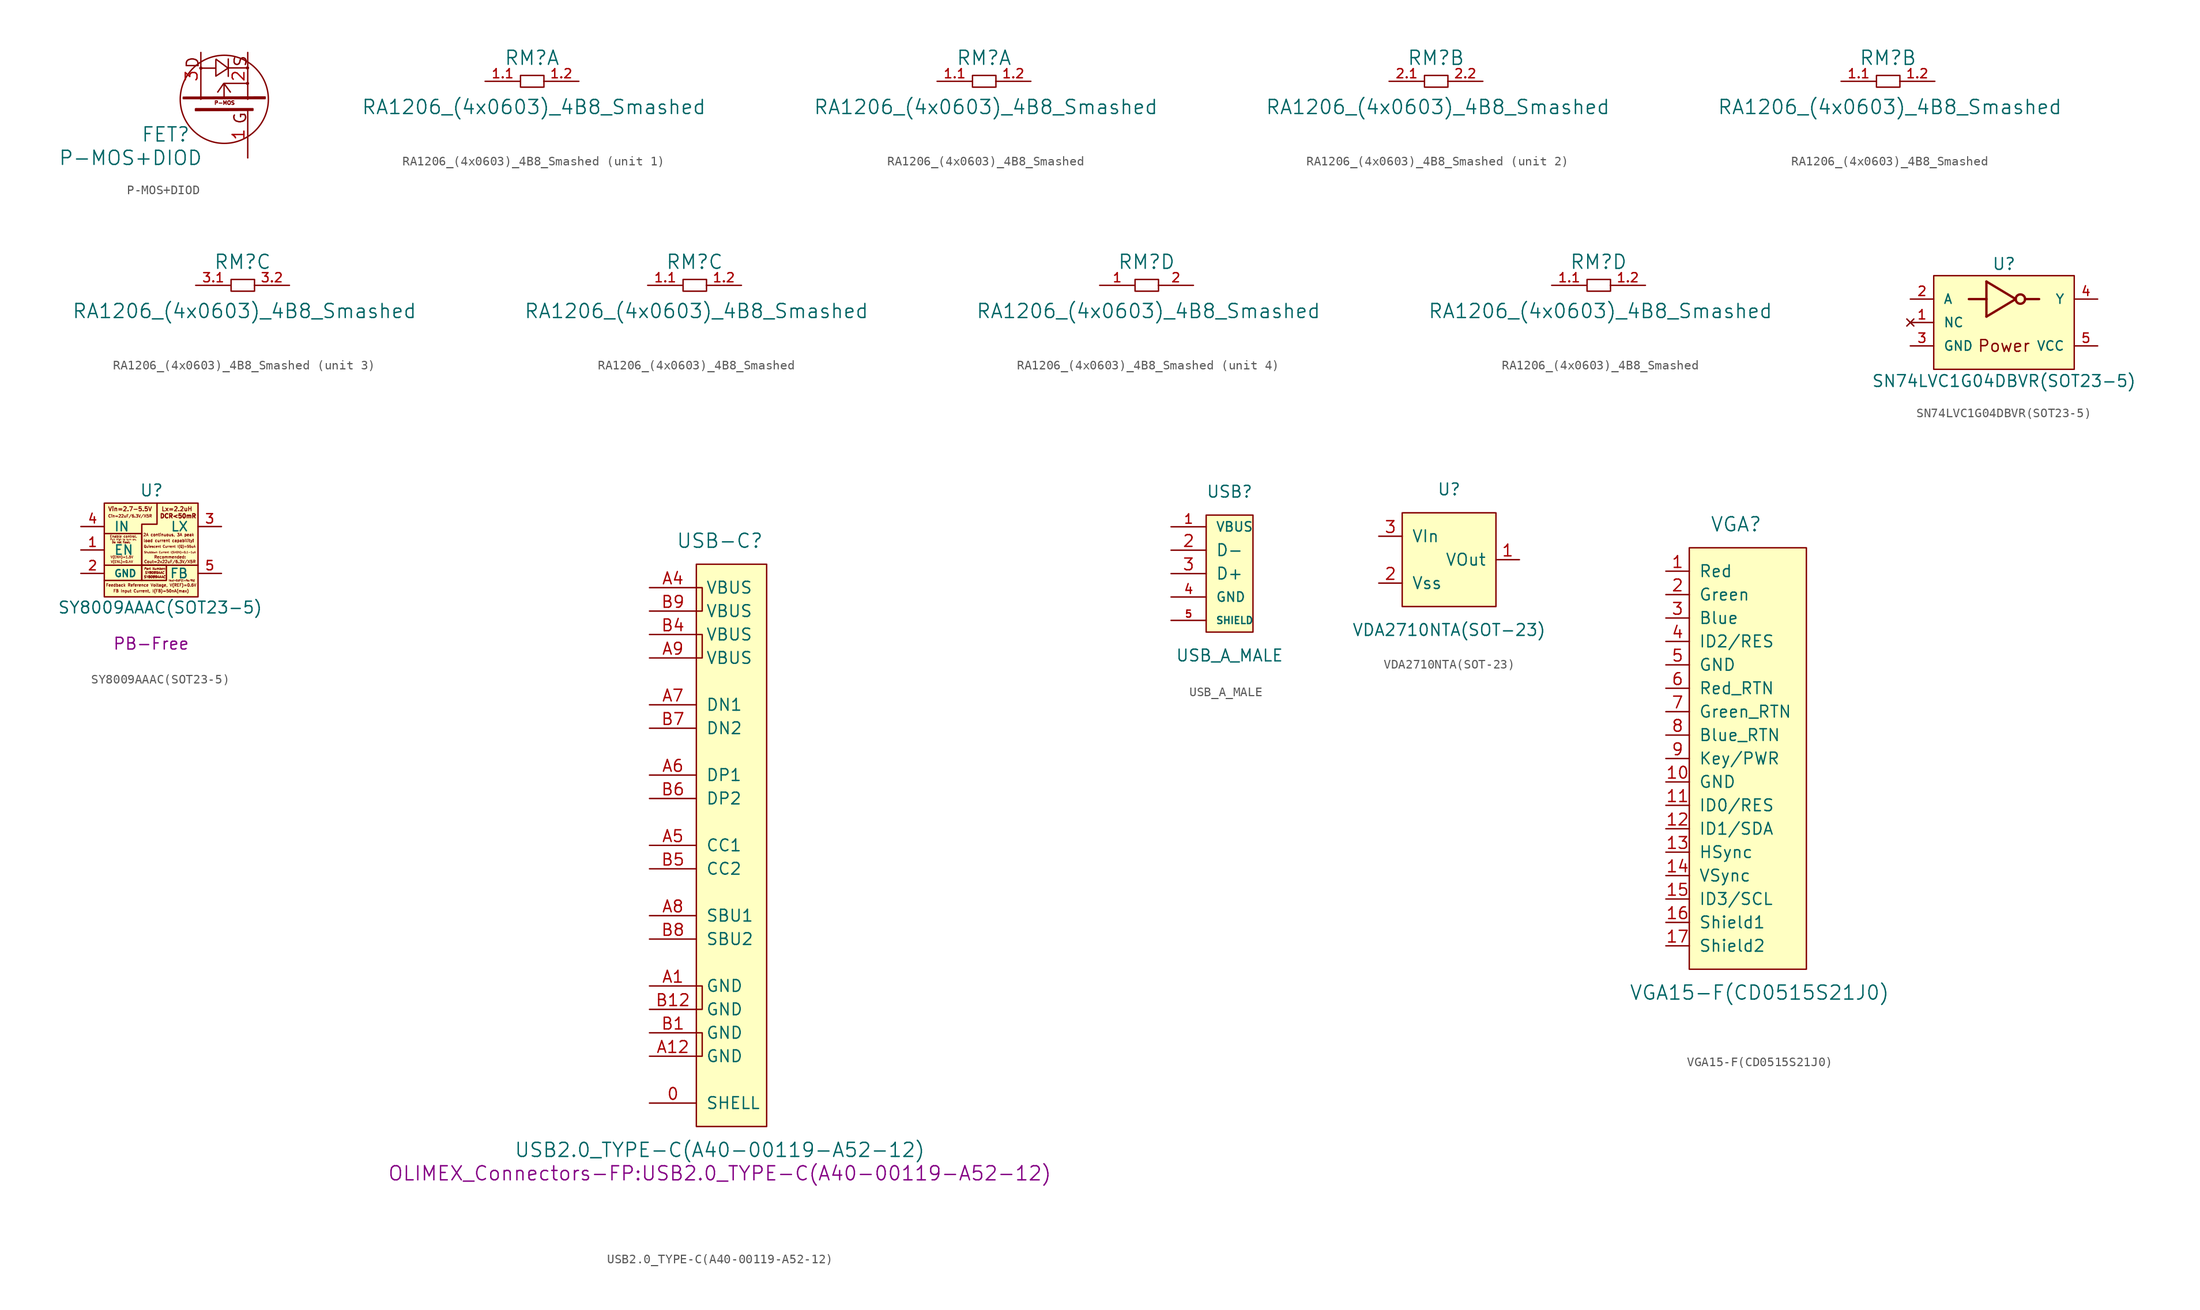
<source format=kicad_sym>
(kicad_symbol_lib
  (version 20241209)
  (generator "kicad_symbol_editor")
  (generator_version "9.0")
  (symbol "P-MOS+DIOD"
    (pin_names
      (offset 1.016))
    (property "Reference" "FET"
      (at -6.35 -3.81 0)
      (effects (font (size 1.524 1.524))))
    (property "Value" "P-MOS+DIOD"
      (at -10.16 -6.35 0)
      (effects (font (size 1.524 1.524))))
    (property "Footprint" ""
      (at 0 0 0)
      (effects (font (size 1.524 1.524))))
    (property "Datasheet" ""
      (at 0 0 0)
      (effects (font (size 1.524 1.524))))
    (symbol "P-MOS+DIOD_0_0"
      (polyline (pts (xy -4.445 0.229) (xy 4.42 0.254) (xy 4.42 0.076) (xy -4.42 0.076) (xy -4.445 0.076) (xy -4.445 0.152) (xy 4.293 0.152)) (stroke (width 0) (type solid)) (fill (type none)))
      (polyline (pts (xy -3.099 -1.016) (xy 3.099 -1.016) (xy 3.099 -1.194) (xy -3.073 -1.219) (xy -3.124 -1.219) (xy -3.124 -1.041) (xy -3.048 -1.143) (xy 2.997 -1.118)) (stroke (width 0) (type solid)) (fill (type none)))
      (circle (center -2.54 3.378) (radius 0.102) (stroke (width 0) (type solid)) (fill (type none)))
      (polyline (pts (xy -2.515 3.378) (xy -0.914 3.378) (xy -0.914 4.293) (xy -0.914 2.515) (xy 0.406 3.378) (xy -0.889 4.343)) (stroke (width 0) (type solid)) (fill (type none)))
      (polyline (pts (xy -0.076 1.702) (xy -0.711 0.787) (xy -0.686 0.838)) (stroke (width 0) (type solid)) (fill (type none)))
      (polyline (pts (xy -0.025 1.702) (xy 0.66 0.787)) (stroke (width 0) (type solid)) (fill (type none)))
      (polyline (pts (xy -0.025 0.254) (xy -0.025 1.727) (xy 2.515 1.727)) (stroke (width 0) (type solid)) (fill (type none)))
      (circle (center 0 0) (radius 4.775) (stroke (width 0) (type solid)) (fill (type none)))
      (polyline (pts (xy 0.432 4.369) (xy 0.432 2.489)) (stroke (width 0) (type solid)) (fill (type none)))
      (polyline (pts (xy 0.457 3.404) (xy 2.489 3.404)) (stroke (width 0) (type solid)) (fill (type none)))
      (circle (center 2.515 3.404) (radius 0.102) (stroke (width 0) (type solid)) (fill (type none)))
      (circle (center 2.515 1.727) (radius 0.102) (stroke (width 0) (type solid)) (fill (type none)))
      (text "D" (at -3.429 3.988 900) (effects (font (size 1.27 1.27))))
      (text "P-MOS" (at 0.025 -0.381 0) (effects (font (size 0.406 0.406))))
      (text "G" (at 1.727 -2.032 900) (effects (font (size 1.27 1.27))))
      (text "S" (at 1.753 4.14 900) (effects (font (size 1.27 1.27)))))
    (symbol "P-MOS+DIOD_1_1"
      (pin passive line (at -2.54 5.08 270) (length 5.08) (name "~" (effects (font (size 1.27 1.27)))) (number "3" (effects (font (size 1.27 1.27)))))
      (pin passive line (at 2.54 5.08 270) (length 5.08) (name "~" (effects (font (size 1.27 1.27)))) (number "2" (effects (font (size 1.27 1.27)))))
      (pin input line (at 2.54 -6.35 90) (length 5.08) (name "~" (effects (font (size 1.27 1.27)))) (number "1" (effects (font (size 1.27 1.27)))))))
  (symbol "RA1206_(4x0603)_4B8_Smashed"
    (pin_names
      (offset 1.016))
    (property "Reference" "RM"
      (at 0 6.35 0)
      (effects (font (size 1.524 1.524))))
    (property "Value" "RA1206_(4x0603)_4B8_Smashed"
      (at 0.203 1.016 0)
      (effects (font (size 1.524 1.524))))
    (property "Footprint" ""
      (at 1.27 -2.54 0)
      (effects (font (size 1.524 1.524))))
    (property "Datasheet" ""
      (at 1.27 -2.54 0)
      (effects (font (size 1.524 1.524))))
    (symbol "RA1206_(4x0603)_4B8_Smashed_0_0"
      (rectangle (start -1.245 4.445) (end 1.295 3.175) (stroke (width 0) (type solid)) (fill (type none))))
    (symbol "RA1206_(4x0603)_4B8_Smashed_1_1"
      (pin passive line (at -5.08 3.81 0) (length 3.81) (name "~" (effects (font (size 0.991 0.991)))) (number "1.1" (effects (font (size 0.991 0.991)))))
      (pin passive line (at 5.08 3.81 180) (length 3.81) (name "~" (effects (font (size 0.991 0.991)))) (number "1.2" (effects (font (size 0.991 0.991))))))
    (symbol "RA1206_(4x0603)_4B8_Smashed_1_2"
      (pin passive line (at -5.08 3.81 0) (length 3.81) (name "~" (effects (font (size 0.991 0.991)))) (number "1.1" (effects (font (size 0.991 0.991)))))
      (pin passive line (at 5.08 3.81 180) (length 3.81) (name "~" (effects (font (size 0.991 0.991)))) (number "1.2" (effects (font (size 0.991 0.991))))))
    (symbol "RA1206_(4x0603)_4B8_Smashed_2_1"
      (pin passive line (at -5.08 3.81 0) (length 3.81) (name "~" (effects (font (size 0.991 0.991)))) (number "2.1" (effects (font (size 0.991 0.991)))))
      (pin passive line (at 5.08 3.81 180) (length 3.81) (name "~" (effects (font (size 0.991 0.991)))) (number "2.2" (effects (font (size 0.991 0.991))))))
    (symbol "RA1206_(4x0603)_4B8_Smashed_2_2"
      (pin passive line (at -5.08 3.81 0) (length 3.81) (name "~" (effects (font (size 0.991 0.991)))) (number "1.1" (effects (font (size 0.991 0.991)))))
      (pin passive line (at 5.08 3.81 180) (length 3.81) (name "~" (effects (font (size 0.991 0.991)))) (number "1.2" (effects (font (size 0.991 0.991))))))
    (symbol "RA1206_(4x0603)_4B8_Smashed_3_1"
      (pin passive line (at -5.08 3.81 0) (length 3.81) (name "~" (effects (font (size 0.991 0.991)))) (number "3.1" (effects (font (size 0.991 0.991)))))
      (pin passive line (at 5.08 3.81 180) (length 3.81) (name "~" (effects (font (size 0.991 0.991)))) (number "3.2" (effects (font (size 0.991 0.991))))))
    (symbol "RA1206_(4x0603)_4B8_Smashed_3_2"
      (pin passive line (at -5.08 3.81 0) (length 3.81) (name "~" (effects (font (size 0.991 0.991)))) (number "1.1" (effects (font (size 0.991 0.991)))))
      (pin passive line (at 5.08 3.81 180) (length 3.81) (name "~" (effects (font (size 0.991 0.991)))) (number "1.2" (effects (font (size 0.991 0.991))))))
    (symbol "RA1206_(4x0603)_4B8_Smashed_4_1"
      (pin passive line (at -5.08 3.81 0) (length 3.81) (name "~" (effects (font (size 0.991 0.991)))) (number "1" (effects (font (size 0.991 0.991)))))
      (pin passive line (at 5.08 3.81 180) (length 3.81) (name "~" (effects (font (size 0.991 0.991)))) (number "2" (effects (font (size 0.991 0.991))))))
    (symbol "RA1206_(4x0603)_4B8_Smashed_4_2"
      (pin passive line (at -5.08 3.81 0) (length 3.81) (name "~" (effects (font (size 0.991 0.991)))) (number "1.1" (effects (font (size 0.991 0.991)))))
      (pin passive line (at 5.08 3.81 180) (length 3.81) (name "~" (effects (font (size 0.991 0.991)))) (number "1.2" (effects (font (size 0.991 0.991)))))))
  (symbol "SN74LVC1G04DBVR(SOT23-5)"
    (pin_names
      (offset 1.016))
    (property "Reference" "U"
      (at 0 6.35 0)
      (effects (font (size 1.27 1.27))))
    (property "Value" "SN74LVC1G04DBVR(SOT23-5)"
      (at 0 -6.35 0)
      (effects (font (size 1.27 1.27))))
    (symbol "SN74LVC1G04DBVR(SOT23-5)_0_1"
      (circle (center 1.778 2.54) (radius 0.508) (stroke (width 0.254) (type solid)) (fill (type none))))
    (symbol "SN74LVC1G04DBVR(SOT23-5)_1_1"
      (rectangle (start -7.62 5.08) (end 7.62 -5.08) (stroke (width 0) (type solid)) (fill (type background)))
      (polyline (pts (xy -1.905 4.445) (xy -1.905 2.54)) (stroke (width 0.254) (type solid)) (fill (type none)))
      (polyline (pts (xy -1.905 4.445) (xy 1.27 2.54)) (stroke (width 0.254) (type solid)) (fill (type none)))
      (polyline (pts (xy -1.905 2.54) (xy -3.81 2.54)) (stroke (width 0.254) (type solid)) (fill (type none)))
      (polyline (pts (xy -1.905 2.54) (xy -1.905 0.635)) (stroke (width 0.254) (type solid)) (fill (type none)))
      (polyline (pts (xy -1.905 0.635) (xy 1.27 2.54)) (stroke (width 0.254) (type solid)) (fill (type none)))
      (polyline (pts (xy 2.286 2.54) (xy 3.81 2.54)) (stroke (width 0.254) (type solid)) (fill (type none)))
      (text "Power" (at 0 -2.54 0) (effects (font (size 1.27 1.27))))
      (pin input line (at -10.16 2.54 0) (length 2.54) (name "A" (effects (font (size 1.016 1.016)))) (number "2" (effects (font (size 1.016 1.016)))))
      (pin no_connect line (at -10.16 0 0) (length 2.54) (name "NC" (effects (font (size 1.016 1.016)))) (number "1" (effects (font (size 1.016 1.016)))))
      (pin power_in line (at -10.16 -2.54 0) (length 2.54) (name "GND" (effects (font (size 1.016 1.016)))) (number "3" (effects (font (size 1.016 1.016)))))
      (pin output line (at 10.16 2.54 180) (length 2.54) (name "Y" (effects (font (size 1.016 1.016)))) (number "4" (effects (font (size 1.016 1.016)))))
      (pin power_in line (at 10.16 -2.54 180) (length 2.54) (name "VCC" (effects (font (size 1.016 1.016)))) (number "5" (effects (font (size 1.016 1.016)))))))
  (symbol "SY8009AAAC(SOT23-5)"
    (pin_names
      (offset 1.016))
    (property "Reference" "U"
      (at -1.27 5.715 0)
      (effects (font (size 1.27 1.27)) (justify left bottom)))
    (property "Value" "SY8009AAAC(SOT23-5)"
      (at -10.16 -6.985 0)
      (effects (font (size 1.27 1.27)) (justify left bottom)))
    (property "Datasheet" ""
      (at 0.762 1.016 0)
      (effects (font (size 1.524 1.524))))
    (property "Note" "PB-Free"
      (at 0 -10.16 0)
      (effects (font (size 1.27 1.27))))
    (symbol "SY8009AAAC(SOT23-5)_0_0"
      (polyline (pts (xy -5.08 1.778) (xy -1.016 1.778) (xy -1.016 0.254) (xy -1.016 -1.651) (xy -5.08 -1.651)) (stroke (width 0) (type solid)) (fill (type none)))
      (rectangle (start -1.016 -1.651) (end 1.651 -3.302) (stroke (width 0) (type solid)) (fill (type none)))
      (polyline (pts (xy -1.016 -1.651) (xy -1.016 -3.302) (xy -5.08 -3.302)) (stroke (width 0) (type solid)) (fill (type none)))
      (polyline (pts (xy 0.635 5.08) (xy 0.635 4.191) (xy 0.635 2.794) (xy -1.016 2.794) (xy -1.016 1.016) (xy -1.016 -1.651) (xy 5.08 -1.651)) (stroke (width 0) (type solid)) (fill (type none)))
      (text "Do not float." (at -3.251 0.838 0) (effects (font (size 0.203 0.203))))
      (text "V(ENH)=1.5V" (at -3.175 -0.762 0) (effects (font (size 0.254 0.254) (bold yes))))
      (text "V(ENL)=0.4V" (at -3.175 -1.27 0) (effects (font (size 0.254 0.254) (bold yes))))
      (text "Pull high to turn on." (at -3.023 1.143 0) (effects (font (size 0.178 0.178) (bold yes))))
      (text "Enable control." (at -2.997 1.473 0) (effects (font (size 0.254 0.254) (bold yes))))
      (text "Vin=2.7-5.5V" (at -2.286 4.445 0) (effects (font (size 0.457 0.457) (bold yes))))
      (text "Cin=22uF/6.3V/X5R" (at -2.286 3.683 0) (effects (font (size 0.305 0.305) (bold yes))))
      (text "Feedback Reference Voltage, V(REF)=0.6V" (at 0 -3.81 0) (effects (font (size 0.305 0.305) (bold yes))))
      (text "FB Input Current, I(FB)=50nA(max)" (at 0 -4.445 0) (effects (font (size 0.305 0.305) (bold yes))))
      (text "Part Number:" (at 0.381 -2.032 0) (effects (font (size 0.229 0.229) (italic yes))))
      (text "SY8089AAC" (at 0.381 -2.464 0) (effects (font (size 0.254 0.254) (italic yes))))
      (text "SY8089AAAC" (at 0.381 -2.921 0) (effects (font (size 0.254 0.254) (italic yes))))
      (text "2A continuous, 3A peak" (at 1.905 1.651 0) (effects (font (size 0.305 0.305) (bold yes))))
      (text "load current capability!" (at 1.905 1.016 0) (effects (font (size 0.305 0.305) (bold yes))))
      (text "Quiescent Current I(Q)=55uA" (at 2.007 0.381 0) (effects (font (size 0.254 0.254) (bold yes))))
      (text "Shutdown Current I(SHDN)=0.1-1uA" (at 2.032 -0.254 0) (effects (font (size 0.203 0.203) (bold yes))))
      (text "Recommended:" (at 2.032 -0.762 0) (effects (font (size 0.305 0.305) (bold yes))))
      (text "Cout=2x22uF/6.3V/X5R" (at 2.032 -1.27 0) (effects (font (size 0.305 0.305) (bold yes))))
      (text "Lx=2.2uH" (at 2.794 4.445 0) (effects (font (size 0.457 0.457) (bold yes))))
      (text "DCR<50mR" (at 2.921 3.683 0) (effects (font (size 0.457 0.457))))
      (text "Vout=0.6*(1+Ra/Rb)" (at 3.302 -3.302 0) (effects (font (size 0.178 0.178) (italic yes)))))
    (symbol "SY8009AAAC(SOT23-5)_0_1"
      (rectangle (start -5.08 5.08) (end 5.08 -5.08) (stroke (width 0) (type solid)) (fill (type background))))
    (symbol "SY8009AAAC(SOT23-5)_1_1"
      (pin input line (at -7.62 2.54 0) (length 2.54) (name "IN" (effects (font (size 1.016 1.016)))) (number "4" (effects (font (size 1.016 1.016)))))
      (pin input line (at -7.62 0 0) (length 2.54) (name "EN" (effects (font (size 1.016 1.016)))) (number "1" (effects (font (size 1.016 1.016)))))
      (pin power_in line (at -7.62 -2.54 0) (length 2.54) (name "GND" (effects (font (size 0.762 0.762)))) (number "2" (effects (font (size 1.016 1.016)))))
      (pin output line (at 7.62 2.54 180) (length 2.54) (name "LX" (effects (font (size 1.016 1.016)))) (number "3" (effects (font (size 1.016 1.016)))))
      (pin input line (at 7.62 -2.54 180) (length 2.54) (name "FB" (effects (font (size 1.016 1.016)))) (number "5" (effects (font (size 1.016 1.016)))))))
  (symbol "USB2.0_TYPE-C(A40-00119-A52-12)"
    (pin_names
      (offset 1.016))
    (property "Reference" "USB-C"
      (at 0 33.02 0)
      (effects (font (size 1.524 1.524))))
    (property "Value" "USB2.0_TYPE-C(A40-00119-A52-12)"
      (at 0 -33.02 0)
      (effects (font (size 1.524 1.524))))
    (property "Footprint" "OLIMEX_Connectors-FP:USB2.0_TYPE-C(A40-00119-A52-12)"
      (at 0 -35.56 0)
      (effects (font (size 1.524 1.524))))
    (property "Datasheet" ""
      (at 2.54 0 0)
      (effects (font (size 1.524 1.524))))
    (symbol "USB2.0_TYPE-C(A40-00119-A52-12)_0_1"
      (rectangle (start -2.54 30.48) (end 5.08 -30.48) (stroke (width 0) (type solid)) (fill (type background)))
      (polyline (pts (xy -2.54 27.94) (xy -1.905 27.94) (xy -1.905 25.4) (xy -2.54 25.4)) (stroke (width 0) (type solid)) (fill (type none)))
      (polyline (pts (xy -2.54 22.86) (xy -1.905 22.86) (xy -1.905 20.32) (xy -2.54 20.32)) (stroke (width 0) (type solid)) (fill (type none)))
      (polyline (pts (xy -2.54 -15.24) (xy -1.905 -15.24) (xy -1.905 -17.78) (xy -2.54 -17.78)) (stroke (width 0) (type solid)) (fill (type none)))
      (polyline (pts (xy -2.54 -20.32) (xy -1.905 -20.32) (xy -1.905 -22.86) (xy -2.54 -22.86)) (stroke (width 0) (type solid)) (fill (type none))))
    (symbol "USB2.0_TYPE-C(A40-00119-A52-12)_1_1"
      (pin power_in line (at -7.62 27.94 0) (length 5.08) (name "VBUS" (effects (font (size 1.27 1.27)))) (number "A4" (effects (font (size 1.27 1.27)))))
      (pin power_in line (at -7.62 25.4 0) (length 5.08) (name "VBUS" (effects (font (size 1.27 1.27)))) (number "B9" (effects (font (size 1.27 1.27)))))
      (pin power_in line (at -7.62 22.86 0) (length 5.08) (name "VBUS" (effects (font (size 1.27 1.27)))) (number "B4" (effects (font (size 1.27 1.27)))))
      (pin power_in line (at -7.62 20.32 0) (length 5.08) (name "VBUS" (effects (font (size 1.27 1.27)))) (number "A9" (effects (font (size 1.27 1.27)))))
      (pin bidirectional line (at -7.62 15.24 0) (length 5.08) (name "DN1" (effects (font (size 1.27 1.27)))) (number "A7" (effects (font (size 1.27 1.27)))))
      (pin bidirectional line (at -7.62 12.7 0) (length 5.08) (name "DN2" (effects (font (size 1.27 1.27)))) (number "B7" (effects (font (size 1.27 1.27)))))
      (pin bidirectional line (at -7.62 7.62 0) (length 5.08) (name "DP1" (effects (font (size 1.27 1.27)))) (number "A6" (effects (font (size 1.27 1.27)))))
      (pin bidirectional line (at -7.62 5.08 0) (length 5.08) (name "DP2" (effects (font (size 1.27 1.27)))) (number "B6" (effects (font (size 1.27 1.27)))))
      (pin input line (at -7.62 0 0) (length 5.08) (name "CC1" (effects (font (size 1.27 1.27)))) (number "A5" (effects (font (size 1.27 1.27)))))
      (pin input line (at -7.62 -2.54 0) (length 5.08) (name "CC2" (effects (font (size 1.27 1.27)))) (number "B5" (effects (font (size 1.27 1.27)))))
      (pin bidirectional line (at -7.62 -7.62 0) (length 5.08) (name "SBU1" (effects (font (size 1.27 1.27)))) (number "A8" (effects (font (size 1.27 1.27)))))
      (pin bidirectional line (at -7.62 -10.16 0) (length 5.08) (name "SBU2" (effects (font (size 1.27 1.27)))) (number "B8" (effects (font (size 1.27 1.27)))))
      (pin power_in line (at -7.62 -15.24 0) (length 5.08) (name "GND" (effects (font (size 1.27 1.27)))) (number "A1" (effects (font (size 1.27 1.27)))))
      (pin power_in line (at -7.62 -17.78 0) (length 5.08) (name "GND" (effects (font (size 1.27 1.27)))) (number "B12" (effects (font (size 1.27 1.27)))))
      (pin power_in line (at -7.62 -20.32 0) (length 5.08) (name "GND" (effects (font (size 1.27 1.27)))) (number "B1" (effects (font (size 1.27 1.27)))))
      (pin power_in line (at -7.62 -22.86 0) (length 5.08) (name "GND" (effects (font (size 1.27 1.27)))) (number "A12" (effects (font (size 1.27 1.27)))))
      (pin passive line (at -7.62 -27.94 0) (length 5.08) (name "SHELL" (effects (font (size 1.27 1.27)))) (number "0" (effects (font (size 1.27 1.27)))))))
  (symbol "USB_A_MALE"
    (pin_names
      (offset 1.016))
    (property "Reference" "USB"
      (at 1.27 6.35 0)
      (effects (font (size 1.27 1.27))))
    (property "Value" "USB_A_MALE"
      (at 1.27 -11.43 0)
      (effects (font (size 1.27 1.27))))
    (symbol "USB_A_MALE_1_1"
      (rectangle (start 3.81 3.81) (end -1.27 -8.89) (stroke (width 0) (type solid)) (fill (type background)))
      (pin input line (at -5.08 2.54 0) (length 3.81) (name "VBUS" (effects (font (size 1.016 1.016)))) (number "1" (effects (font (size 1.016 1.016)))))
      (pin bidirectional line (at -5.08 0 0) (length 3.81) (name "D-" (effects (font (size 1.27 1.27)))) (number "2" (effects (font (size 1.27 1.27)))))
      (pin bidirectional line (at -5.08 -2.54 0) (length 3.81) (name "D+" (effects (font (size 1.27 1.27)))) (number "3" (effects (font (size 1.27 1.27)))))
      (pin power_in line (at -5.08 -5.08 0) (length 3.81) (name "GND" (effects (font (size 1.016 1.016)))) (number "4" (effects (font (size 1.016 1.016)))))
      (pin passive line (at -5.08 -7.62 0) (length 3.81) (name "SHIELD" (effects (font (size 0.762 0.762)))) (number "5" (effects (font (size 0.762 0.762)))))))
  (symbol "VDA2710NTA(SOT-23)"
    (pin_names
      (offset 1.016))
    (property "Reference" "U"
      (at 0 7.62 0)
      (effects (font (size 1.27 1.27))))
    (property "Value" "VDA2710NTA(SOT-23)"
      (at 0 -7.62 0)
      (effects (font (size 1.27 1.27))))
    (symbol "VDA2710NTA(SOT-23)_0_1"
      (rectangle (start -5.08 5.08) (end 5.08 -5.08) (stroke (width 0) (type solid)) (fill (type background))))
    (symbol "VDA2710NTA(SOT-23)_1_1"
      (pin input line (at -7.62 2.54 0) (length 2.54) (name "VIn" (effects (font (size 1.27 1.27)))) (number "3" (effects (font (size 1.27 1.27)))))
      (pin power_in line (at -7.62 -2.54 0) (length 2.54) (name "Vss" (effects (font (size 1.27 1.27)))) (number "2" (effects (font (size 1.27 1.27)))))
      (pin open_collector line (at 7.62 0 180) (length 2.54) (name "VOut" (effects (font (size 1.27 1.27)))) (number "1" (effects (font (size 1.27 1.27)))))))
  (symbol "VGA15-F(CD0515S21J0)"
    (pin_names
      (offset 1.016))
    (property "Reference" "VGA"
      (at 0 25.4 0)
      (effects (font (size 1.524 1.524))))
    (property "Value" "VGA15-F(CD0515S21J0)"
      (at 2.54 -25.4 0)
      (effects (font (size 1.524 1.524))))
    (property "Datasheet" ""
      (at 0 2.54 0)
      (effects (font (size 1.524 1.524))))
    (symbol "VGA15-F(CD0515S21J0)_0_1"
      (rectangle (start -5.08 22.86) (end 7.62 -22.86) (stroke (width 0) (type solid)) (fill (type background))))
    (symbol "VGA15-F(CD0515S21J0)_1_1"
      (pin bidirectional line (at -7.62 20.32 0) (length 2.54) (name "Red" (effects (font (size 1.27 1.27)))) (number "1" (effects (font (size 1.27 1.27)))))
      (pin bidirectional line (at -7.62 17.78 0) (length 2.54) (name "Green" (effects (font (size 1.27 1.27)))) (number "2" (effects (font (size 1.27 1.27)))))
      (pin bidirectional line (at -7.62 15.24 0) (length 2.54) (name "Blue" (effects (font (size 1.27 1.27)))) (number "3" (effects (font (size 1.27 1.27)))))
      (pin bidirectional line (at -7.62 12.7 0) (length 2.54) (name "ID2/RES" (effects (font (size 1.27 1.27)))) (number "4" (effects (font (size 1.27 1.27)))))
      (pin power_in line (at -7.62 10.16 0) (length 2.54) (name "GND" (effects (font (size 1.27 1.27)))) (number "5" (effects (font (size 1.27 1.27)))))
      (pin input line (at -7.62 7.62 0) (length 2.54) (name "Red_RTN" (effects (font (size 1.27 1.27)))) (number "6" (effects (font (size 1.27 1.27)))))
      (pin input line (at -7.62 5.08 0) (length 2.54) (name "Green_RTN" (effects (font (size 1.27 1.27)))) (number "7" (effects (font (size 1.27 1.27)))))
      (pin input line (at -7.62 2.54 0) (length 2.54) (name "Blue_RTN" (effects (font (size 1.27 1.27)))) (number "8" (effects (font (size 1.27 1.27)))))
      (pin input line (at -7.62 0 0) (length 2.54) (name "Key/PWR" (effects (font (size 1.27 1.27)))) (number "9" (effects (font (size 1.27 1.27)))))
      (pin power_in line (at -7.62 -2.54 0) (length 2.54) (name "GND" (effects (font (size 1.27 1.27)))) (number "10" (effects (font (size 1.27 1.27)))))
      (pin bidirectional line (at -7.62 -5.08 0) (length 2.54) (name "ID0/RES" (effects (font (size 1.27 1.27)))) (number "11" (effects (font (size 1.27 1.27)))))
      (pin bidirectional line (at -7.62 -7.62 0) (length 2.54) (name "ID1/SDA" (effects (font (size 1.27 1.27)))) (number "12" (effects (font (size 1.27 1.27)))))
      (pin bidirectional line (at -7.62 -10.16 0) (length 2.54) (name "HSync" (effects (font (size 1.27 1.27)))) (number "13" (effects (font (size 1.27 1.27)))))
      (pin bidirectional line (at -7.62 -12.7 0) (length 2.54) (name "VSync" (effects (font (size 1.27 1.27)))) (number "14" (effects (font (size 1.27 1.27)))))
      (pin bidirectional line (at -7.62 -15.24 0) (length 2.54) (name "ID3/SCL" (effects (font (size 1.27 1.27)))) (number "15" (effects (font (size 1.27 1.27)))))
      (pin input line (at -7.62 -17.78 0) (length 2.54) (name "Shield1" (effects (font (size 1.27 1.27)))) (number "16" (effects (font (size 1.27 1.27)))))
      (pin input line (at -7.62 -20.32 0) (length 2.54) (name "Shield2" (effects (font (size 1.27 1.27)))) (number "17" (effects (font (size 1.27 1.27))))))))
</source>
